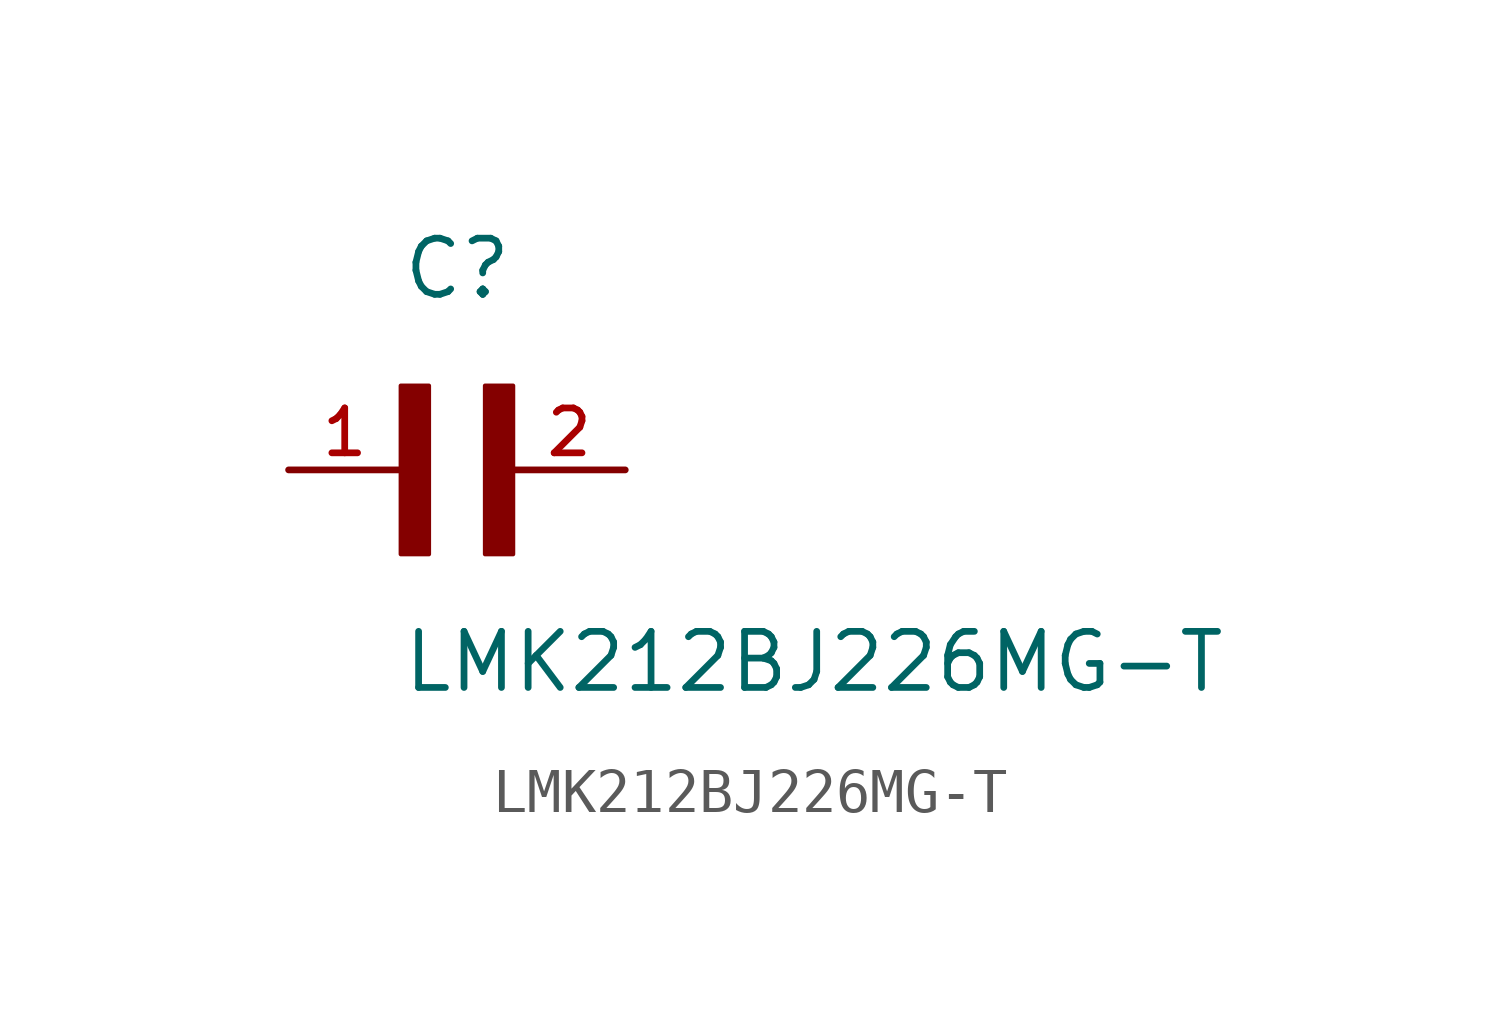
<source format=kicad_sym>
(kicad_symbol_lib
  (version 20211014)
  (generator kicad_symbol_editor)
  (symbol "LMK212BJ226MG-T"
    (pin_names
      (offset 1.016))
    (property "Reference" "C"
      (at 0.0 3.811 0)
      (effects (font (size 1.27 1.27)) (justify bottom left)))
    (property "Value" "LMK212BJ226MG-T"
      (at 0.0 -5.088 0)
      (effects (font (size 1.27 1.27)) (justify bottom left)))
    (symbol "LMK212BJ226MG-T_0_0"
      (rectangle (start 0.0 -1.907) (end 0.635 1.905) (stroke (width 0.1)) (fill (type outline)))
      (rectangle (start 1.907 -1.907) (end 2.54 1.905) (stroke (width 0.1)) (fill (type outline)))
      (pin passive line (at 5.08 0.0 180.0) (length 2.54) (name "~" (effects (font (size 1.016 1.016)))) (number "2" (effects (font (size 1.016 1.016)))))
      (pin passive line (at -2.54 0.0 0) (length 2.54) (name "~" (effects (font (size 1.016 1.016)))) (number "1" (effects (font (size 1.016 1.016))))))))
</source>
